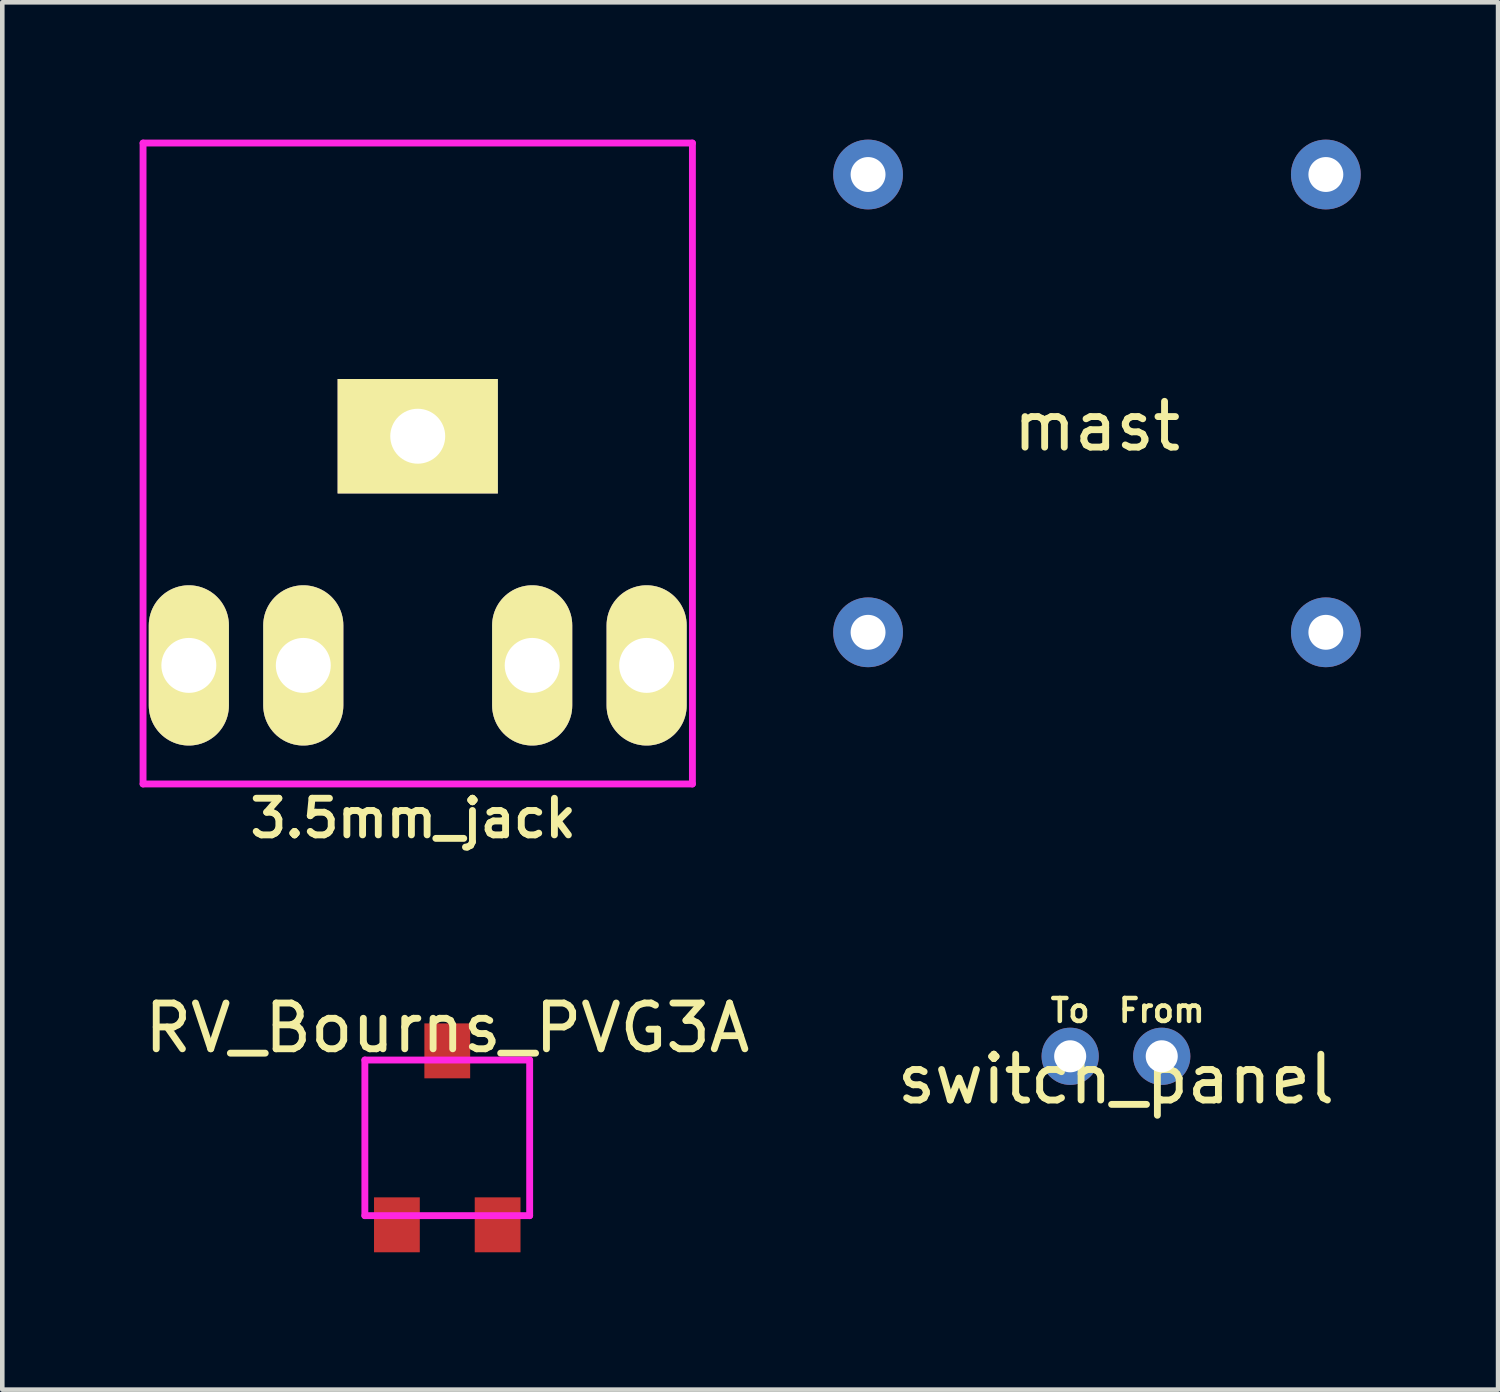
<source format=kicad_pcb>
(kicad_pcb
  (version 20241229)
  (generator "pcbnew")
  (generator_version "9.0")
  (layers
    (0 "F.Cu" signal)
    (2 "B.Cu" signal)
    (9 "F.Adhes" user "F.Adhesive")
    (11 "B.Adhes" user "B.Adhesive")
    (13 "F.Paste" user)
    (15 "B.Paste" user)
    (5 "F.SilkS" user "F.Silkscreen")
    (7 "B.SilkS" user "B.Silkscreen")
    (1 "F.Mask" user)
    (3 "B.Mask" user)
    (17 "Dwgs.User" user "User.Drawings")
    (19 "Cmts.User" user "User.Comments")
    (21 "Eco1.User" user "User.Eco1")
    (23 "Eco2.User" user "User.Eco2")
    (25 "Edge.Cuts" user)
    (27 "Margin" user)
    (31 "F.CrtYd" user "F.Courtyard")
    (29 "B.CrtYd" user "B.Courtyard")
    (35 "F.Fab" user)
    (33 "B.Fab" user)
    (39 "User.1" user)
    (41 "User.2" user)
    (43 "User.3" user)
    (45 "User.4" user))
  (footprint "RV_Bourns_PVG3A"
    (layer "F.Cu")
    (at 6.72 21.805)
    (property "Reference" "RV_Bourns_PVG3A" (at 0 -2.4 0) (layer "F.SilkS") (effects (font (size 1 1) (thickness 0.15))))
    (attr through_hole)
    (fp_line (start -1.8 -1.7) (end -1.8 1.7) (stroke (width 0.15) (type solid)) (layer "F.CrtYd"))
    (fp_line (start -1.8 -1.7) (end 1.8 -1.7) (stroke (width 0.15) (type solid)) (layer "F.CrtYd"))
    (fp_line (start -1.8 1.7) (end 1.8 1.7) (stroke (width 0.15) (type solid)) (layer "F.CrtYd"))
    (fp_line (start 1.8 1.7) (end 1.8 -1.7) (stroke (width 0.15) (type solid)) (layer "F.CrtYd"))
    (pad "1" smd rect (at -1.1 1.9) (size 1 1.2) (layers "F.Cu" "F.Mask" "F.Paste"))
    (pad "2" smd rect (at 0 -1.9) (size 1 1.2) (layers "F.Cu" "F.Mask" "F.Paste"))
    (pad "3" smd rect (at 1.1 1.9) (size 1 1.2) (layers "F.Cu" "F.Mask" "F.Paste")))
  (footprint "3.5mm_jack"
    (layer "F.Cu")
    (at 6.075 8.075)
    (property "Reference" "3.5mm_jack" (at -0.1 6.75 0) (layer "F.SilkS") (effects (font (size 0.8 0.8) (thickness 0.15))))
    (attr through_hole)
    (fp_line (start -6 -8) (end -6 6) (stroke (width 0.15) (type solid)) (layer "F.CrtYd"))
    (fp_line (start -6 6) (end 6 6) (stroke (width 0.15) (type solid)) (layer "F.CrtYd"))
    (fp_line (start 6 -8) (end -6 -8) (stroke (width 0.15) (type solid)) (layer "F.CrtYd"))
    (fp_line (start 6 6) (end 6 -8) (stroke (width 0.15) (type solid)) (layer "F.CrtYd"))
    (pad "1" thru_hole rect (at 0 -1.596) (size 3.5 2.5) (drill 1.2) (layers "*.Cu" "*.Mask" "F.SilkS"))
    (pad "2" thru_hole oval (at 5 3.41) (size 1.75 3.5) (drill 1.2) (layers "*.Cu" "*.Mask" "F.SilkS"))
    (pad "3" thru_hole oval (at -5 3.41) (size 1.75 3.5) (drill 1.2) (layers "*.Cu" "*.Mask" "F.SilkS"))
    (pad "4" thru_hole oval (at 2.5 3.41) (size 1.75 3.5) (drill 1.2) (layers "*.Cu" "*.Mask" "F.SilkS"))
    (pad "5" thru_hole oval (at -2.5 3.41) (size 1.75 3.5) (drill 1.2) (layers "*.Cu" "*.Mask" "F.SilkS")))
  (footprint "mast"
    (layer "F.Cu")
    (at 20.912 5.762)
    (property "Reference" "mast" (at 0 0.5 0) (layer "F.SilkS") (effects (font (size 1 1) (thickness 0.15))))
    (attr through_hole)
    (pad "1" thru_hole circle (at -5 -5) (size 1.524 1.524) (drill 0.762) (layers "*.Cu" "*.Mask"))
    (pad "1" thru_hole circle (at -5 5) (size 1.524 1.524) (drill 0.762) (layers "*.Cu" "*.Mask"))
    (pad "1" thru_hole circle (at 5 -5) (size 1.524 1.524) (drill 0.762) (layers "*.Cu" "*.Mask"))
    (pad "1" thru_hole circle (at 5 5) (size 1.524 1.524) (drill 0.762) (layers "*.Cu" "*.Mask")))
  (footprint "switch_panel"
    (layer "F.Cu")
    (at 21.327 20.024)
    (property "Reference" "switch_panel" (at 0 0.5 0) (layer "F.SilkS") (effects (font (size 1 1) (thickness 0.15))))
    (attr through_hole)
    (fp_text user "From" (at 1 -1 0) (layer "F.SilkS") (effects (font (size 0.5 0.5) (thickness 0.1))))
    (fp_text user "To" (at -1 -1 0) (layer "F.SilkS") (effects (font (size 0.5 0.5) (thickness 0.1))))
    (pad "1" thru_hole circle (at -1 0) (size 1.25 1.25) (drill 0.7) (layers "*.Cu" "*.Mask"))
    (pad "2" thru_hole circle (at 1 0) (size 1.25 1.25) (drill 0.7) (layers "*.Cu" "*.Mask")))
  (gr_rect
    (start -3 -3)
    (end 29.674 27.305)
    (stroke (width 0.1) (type default))
    (fill no)
    (layer "Edge.Cuts")))
</source>
